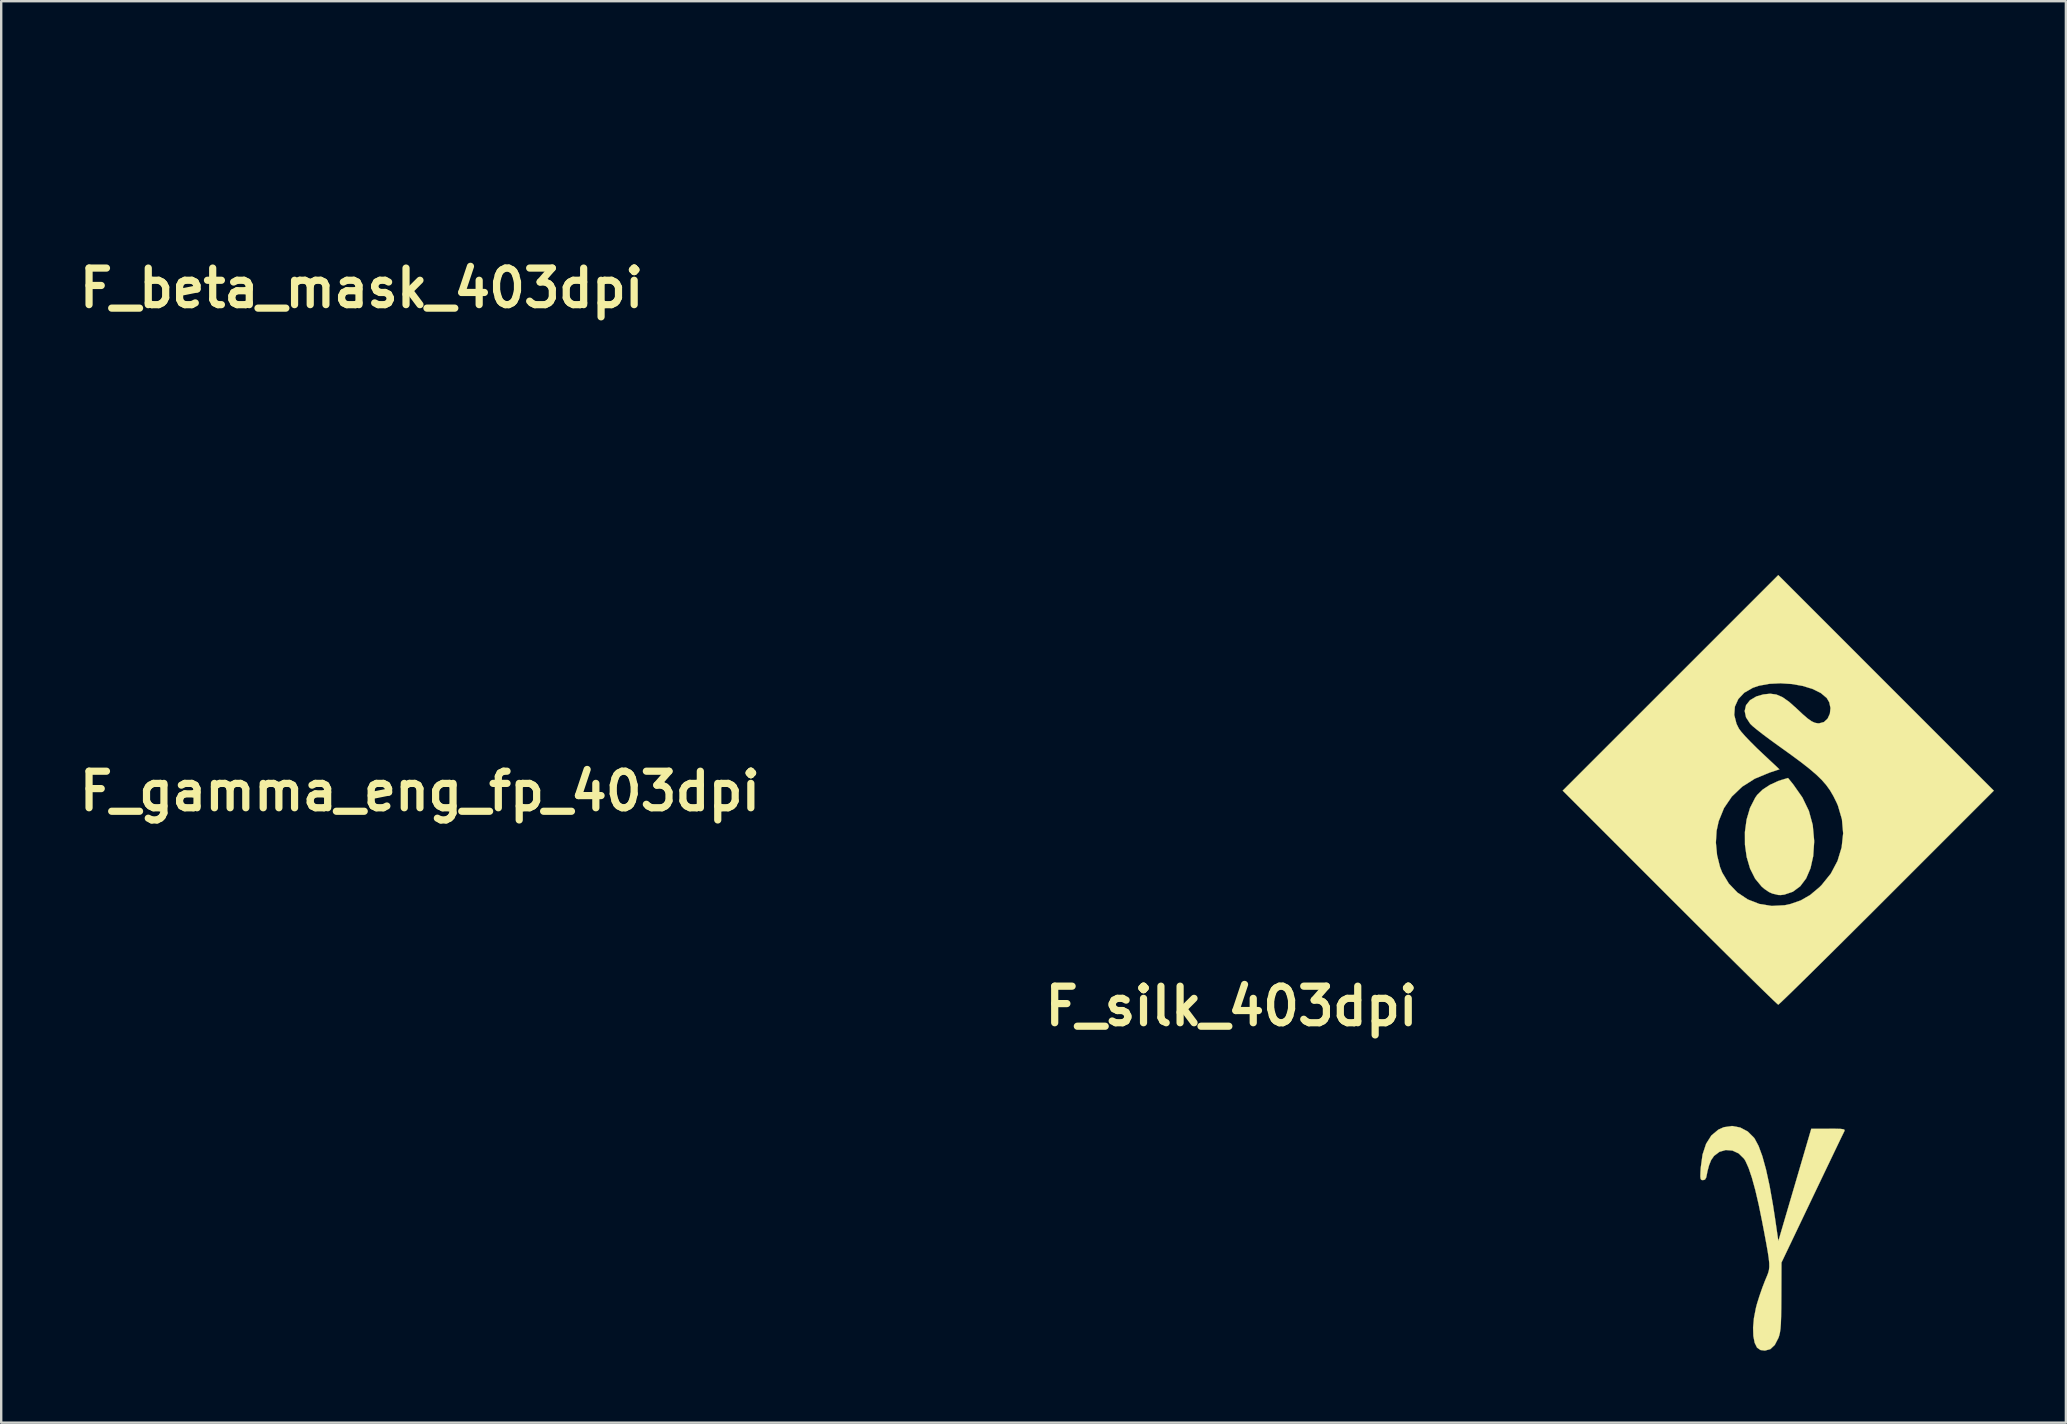
<source format=kicad_pcb>
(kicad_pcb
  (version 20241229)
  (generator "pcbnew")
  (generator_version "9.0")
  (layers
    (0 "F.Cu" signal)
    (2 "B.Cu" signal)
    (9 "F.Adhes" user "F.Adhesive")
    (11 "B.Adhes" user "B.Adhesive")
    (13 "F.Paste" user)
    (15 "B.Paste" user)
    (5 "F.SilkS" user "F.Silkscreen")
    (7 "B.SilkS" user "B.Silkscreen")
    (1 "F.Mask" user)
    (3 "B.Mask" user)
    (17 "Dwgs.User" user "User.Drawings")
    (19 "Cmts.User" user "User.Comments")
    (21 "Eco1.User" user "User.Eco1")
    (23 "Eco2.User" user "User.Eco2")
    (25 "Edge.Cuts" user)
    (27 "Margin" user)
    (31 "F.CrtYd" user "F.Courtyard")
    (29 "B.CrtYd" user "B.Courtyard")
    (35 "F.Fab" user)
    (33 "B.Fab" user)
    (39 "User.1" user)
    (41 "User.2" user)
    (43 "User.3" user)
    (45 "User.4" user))
  (footprint "F_gamma_eng_fp_403dpi"
    (layer "F.Cu")
    (at 14.449 29.92)
    (property "Reference" "F_gamma_eng_fp_403dpi" (at 0 0 0) (layer "F.SilkS") (effects (font (size 1.524 1.524) (thickness 0.3))))
    (attr through_hole)
    (fp_poly (pts (xy 18.282 -4.502) (xy 22.784 0.00011) (xy 13.771 9.013) (xy 4.791 0.032) (xy 6.848 -2.037) (xy 10.526 -2.037) (xy 10.535 -1.863) (xy 10.573 -1.783) (xy 10.644 -1.765) (xy 10.724 -1.793) (xy 10.775 -1.896) (xy 10.808 -2.063) (xy 10.909 -2.457) (xy 11.075 -2.749) (xy 11.304 -2.935) (xy 11.591 -3.013) (xy 11.769 -3.008) (xy 12.004 -2.952) (xy 12.202 -2.831) (xy 12.372 -2.633) (xy 12.525 -2.344) (xy 12.67 -1.951) (xy 12.756 -1.665) (xy 12.833 -1.367) (xy 12.924 -0.972) (xy 13.023 -0.505) (xy 13.125 0.006) (xy 13.226 0.534) (xy 13.318 1.053) (xy 13.379 1.418) (xy 13.46 1.922) (xy 13.215 2.49) (xy 12.992 3.056) (xy 12.841 3.566) (xy 12.755 4.06) (xy 12.724 4.576) (xy 12.726 4.809) (xy 12.779 5.057) (xy 12.909 5.236) (xy 13.088 5.335) (xy 13.291 5.343) (xy 13.489 5.249) (xy 13.574 5.166) (xy 13.671 5.04) (xy 13.747 4.908) (xy 13.803 4.752) (xy 13.844 4.556) (xy 13.871 4.301) (xy 13.887 3.97) (xy 13.895 3.545) (xy 13.898 3.088) (xy 13.902 1.67) (xy 14.964 -0.536) (xy 15.213 -1.053) (xy 15.456 -1.559) (xy 15.685 -2.037) (xy 15.891 -2.468) (xy 16.068 -2.837) (xy 16.206 -3.127) (xy 16.297 -3.321) (xy 16.299 -3.325) (xy 16.572 -3.908) (xy 15.155 -3.908) (xy 14.533 -1.749) (xy 14.386 -1.242) (xy 14.248 -0.766) (xy 14.122 -0.339) (xy 14.014 0.027) (xy 13.928 0.314) (xy 13.867 0.509) (xy 13.84 0.591) (xy 13.813 0.642) (xy 13.788 0.643) (xy 13.761 0.58) (xy 13.728 0.441) (xy 13.687 0.211) (xy 13.634 -0.121) (xy 13.59 -0.407) (xy 13.486 -1.052) (xy 13.374 -1.649) (xy 13.26 -2.184) (xy 13.146 -2.639) (xy 13.036 -3.001) (xy 12.933 -3.252) (xy 12.933 -3.254) (xy 12.772 -3.496) (xy 12.564 -3.714) (xy 12.342 -3.876) (xy 12.179 -3.944) (xy 12.026 -3.979) (xy 11.936 -4.003) (xy 11.796 -4.004) (xy 11.592 -3.961) (xy 11.373 -3.889) (xy 11.187 -3.801) (xy 11.145 -3.774) (xy 10.952 -3.572) (xy 10.783 -3.272) (xy 10.65 -2.903) (xy 10.561 -2.492) (xy 10.526 -2.066) (xy 10.526 -2.037) (xy 6.848 -2.037) (xy 9.285 -4.487) (xy 13.78 -9.005) (xy 18.282 -4.502)) (stroke (width 0.01) (type solid)) (fill yes) (layer "F.Mask")))
  (footprint "F_beta_mask_403dpi"
    (layer "F.Cu")
    (at 12.018 8.955)
    (property "Reference" "F_beta_mask_403dpi" (at 0 0 0) (layer "F.SilkS") (effects (font (size 1.524 1.524) (thickness 0.3))))
    (attr through_hole)
    (fp_poly (pts (xy 32.227 -4.819) (xy 32.536 -4.69) (xy 32.785 -4.451) (xy 32.827 -4.391) (xy 32.9 -4.273) (xy 32.948 -4.161) (xy 32.976 -4.025) (xy 32.99 -3.837) (xy 32.995 -3.565) (xy 32.995 -3.408) (xy 32.992 -3.074) (xy 32.978 -2.832) (xy 32.951 -2.648) (xy 32.904 -2.489) (xy 32.843 -2.343) (xy 32.749 -2.152) (xy 32.675 -2.058) (xy 32.599 -2.036) (xy 32.56 -2.043) (xy 32.421 -2.072) (xy 32.216 -2.104) (xy 32.098 -2.12) (xy 31.837 -2.121) (xy 31.632 -2.064) (xy 31.496 -1.965) (xy 31.446 -1.84) (xy 31.494 -1.704) (xy 31.611 -1.6) (xy 31.732 -1.542) (xy 31.89 -1.519) (xy 32.122 -1.525) (xy 32.208 -1.531) (xy 32.645 -1.568) (xy 32.834 -1.339) (xy 33.056 -0.993) (xy 33.235 -0.563) (xy 33.362 -0.086) (xy 33.429 0.401) (xy 33.426 0.859) (xy 33.404 1.02) (xy 33.344 1.283) (xy 33.264 1.542) (xy 33.207 1.683) (xy 32.981 2.024) (xy 32.683 2.269) (xy 32.33 2.412) (xy 31.943 2.445) (xy 31.545 2.363) (xy 31.353 2.263) (xy 31.146 2.108) (xy 31.054 2.019) (xy 30.814 1.763) (xy 30.833 -1.119) (xy 30.838 -1.801) (xy 30.843 -2.369) (xy 30.848 -2.834) (xy 30.855 -3.207) (xy 30.863 -3.502) (xy 30.874 -3.728) (xy 30.887 -3.899) (xy 30.903 -4.025) (xy 30.923 -4.118) (xy 30.948 -4.191) (xy 30.971 -4.242) (xy 31.184 -4.542) (xy 31.474 -4.742) (xy 31.829 -4.837) (xy 31.856 -4.84) (xy 32.227 -4.819)) (stroke (width 0.01) (type solid)) (fill yes) (layer "F.Mask"))
    (fp_poly (pts (xy 40.747 0) (xy 36.272 4.475) (xy 35.648 5.098) (xy 35.05 5.696) (xy 34.482 6.262) (xy 33.952 6.791) (xy 33.465 7.275) (xy 33.027 7.71) (xy 32.645 8.09) (xy 32.323 8.407) (xy 32.069 8.658) (xy 31.888 8.835) (xy 31.786 8.932) (xy 31.766 8.95) (xy 31.718 8.906) (xy 31.587 8.779) (xy 31.378 8.575) (xy 31.099 8.3) (xy 30.755 7.959) (xy 30.352 7.559) (xy 29.896 7.106) (xy 29.393 6.605) (xy 28.849 6.063) (xy 28.27 5.485) (xy 27.882 5.097) (xy 29.643 5.097) (xy 29.669 5.139) (xy 29.755 5.16) (xy 29.925 5.167) (xy 30.119 5.168) (xy 30.618 5.168) (xy 30.691 4.774) (xy 30.719 4.57) (xy 30.748 4.273) (xy 30.774 3.918) (xy 30.795 3.539) (xy 30.801 3.386) (xy 30.839 2.392) (xy 30.972 2.49) (xy 31.363 2.705) (xy 31.813 2.825) (xy 32.296 2.848) (xy 32.784 2.771) (xy 33.002 2.702) (xy 33.382 2.503) (xy 33.741 2.208) (xy 34.048 1.849) (xy 34.219 1.565) (xy 34.428 1.028) (xy 34.522 0.491) (xy 34.506 -0.03) (xy 34.382 -0.521) (xy 34.154 -0.97) (xy 33.825 -1.361) (xy 33.477 -1.632) (xy 33.175 -1.826) (xy 33.501 -2.162) (xy 33.776 -2.504) (xy 33.946 -2.867) (xy 34.025 -3.283) (xy 34.033 -3.525) (xy 33.976 -3.99) (xy 33.812 -4.395) (xy 33.55 -4.733) (xy 33.197 -4.998) (xy 32.763 -5.183) (xy 32.255 -5.28) (xy 31.955 -5.294) (xy 31.434 -5.247) (xy 30.98 -5.102) (xy 30.574 -4.852) (xy 30.566 -4.845) (xy 30.276 -4.556) (xy 30.067 -4.201) (xy 29.928 -3.764) (xy 29.876 -3.459) (xy 29.865 -3.309) (xy 29.854 -3.046) (xy 29.844 -2.683) (xy 29.835 -2.235) (xy 29.827 -1.713) (xy 29.821 -1.133) (xy 29.817 -0.506) (xy 29.814 0.153) (xy 29.813 0.536) (xy 29.812 1.361) (xy 29.809 2.07) (xy 29.804 2.676) (xy 29.796 3.188) (xy 29.786 3.618) (xy 29.772 3.976) (xy 29.754 4.274) (xy 29.733 4.523) (xy 29.707 4.733) (xy 29.676 4.915) (xy 29.653 5.026) (xy 29.643 5.097) (xy 27.882 5.097) (xy 27.662 4.878) (xy 27.275 4.491) (xy 22.816 0.031) (xy 27.307 -4.459) (xy 31.798 -8.95) (xy 40.747 0)) (stroke (width 0.01) (type solid)) (fill yes) (layer "F.Mask")))
  (footprint "F_silk_403dpi"
    (layer "F.Cu")
    (at 48.265 38.878)
    (property "Reference" "F_silk_403dpi" (at 0 0 0) (layer "F.SilkS") (effects (font (size 1.524 1.524) (thickness 0.3))))
    (attr through_hole)
    (fp_poly (pts (xy 23.405 -9.246) (xy 23.792 -8.695) (xy 24.061 -8.137) (xy 24.221 -7.55) (xy 24.279 -6.913) (xy 24.28 -6.838) (xy 24.241 -6.254) (xy 24.128 -5.747) (xy 23.947 -5.326) (xy 23.699 -4.997) (xy 23.391 -4.769) (xy 23.036 -4.649) (xy 22.881 -4.631) (xy 22.784 -4.635) (xy 22.68 -4.661) (xy 22.544 -4.692) (xy 22.4 -4.756) (xy 22.217 -4.88) (xy 22.096 -4.981) (xy 21.82 -5.316) (xy 21.61 -5.735) (xy 21.469 -6.215) (xy 21.397 -6.73) (xy 21.395 -7.259) (xy 21.465 -7.778) (xy 21.608 -8.262) (xy 21.825 -8.688) (xy 21.906 -8.803) (xy 22.127 -9.02) (xy 22.432 -9.222) (xy 22.782 -9.383) (xy 22.91 -9.426) (xy 23.191 -9.51) (xy 23.405 -9.246)) (stroke (width 0.01) (type solid)) (fill yes) (layer "F.SilkS"))
    (fp_poly (pts (xy 21.199 5.055) (xy 21.513 5.221) (xy 21.773 5.48) (xy 21.801 5.518) (xy 21.964 5.823) (xy 22.122 6.252) (xy 22.275 6.807) (xy 22.423 7.485) (xy 22.565 8.286) (xy 22.647 8.818) (xy 22.788 9.788) (xy 23.475 7.447) (xy 24.161 5.105) (xy 24.877 5.105) (xy 25.185 5.107) (xy 25.387 5.113) (xy 25.501 5.128) (xy 25.547 5.154) (xy 25.545 5.194) (xy 25.535 5.216) (xy 25.497 5.293) (xy 25.409 5.473) (xy 25.279 5.744) (xy 25.112 6.092) (xy 24.913 6.508) (xy 24.687 6.979) (xy 24.441 7.494) (xy 24.197 8.004) (xy 22.918 10.683) (xy 22.913 12.101) (xy 22.91 12.579) (xy 22.903 12.949) (xy 22.893 13.231) (xy 22.877 13.442) (xy 22.854 13.603) (xy 22.823 13.731) (xy 22.793 13.819) (xy 22.641 14.114) (xy 22.455 14.29) (xy 22.229 14.351) (xy 22.043 14.327) (xy 21.901 14.228) (xy 21.802 14.027) (xy 21.747 13.744) (xy 21.736 13.394) (xy 21.771 12.997) (xy 21.854 12.571) (xy 21.902 12.389) (xy 22.003 12.068) (xy 22.122 11.726) (xy 22.237 11.428) (xy 22.256 11.383) (xy 22.317 11.239) (xy 22.364 11.116) (xy 22.396 10.997) (xy 22.411 10.866) (xy 22.409 10.706) (xy 22.388 10.502) (xy 22.348 10.238) (xy 22.288 9.897) (xy 22.207 9.462) (xy 22.115 8.981) (xy 21.971 8.274) (xy 21.828 7.66) (xy 21.686 7.146) (xy 21.549 6.741) (xy 21.418 6.45) (xy 21.36 6.357) (xy 21.138 6.137) (xy 20.876 6.016) (xy 20.599 5.993) (xy 20.334 6.068) (xy 20.108 6.239) (xy 19.986 6.416) (xy 19.9 6.633) (xy 19.833 6.884) (xy 19.821 6.95) (xy 19.783 7.136) (xy 19.731 7.225) (xy 19.648 7.248) (xy 19.586 7.24) (xy 19.551 7.199) (xy 19.538 7.1) (xy 19.543 6.919) (xy 19.555 6.728) (xy 19.63 6.18) (xy 19.778 5.733) (xy 19.997 5.387) (xy 20.288 5.144) (xy 20.516 5.042) (xy 20.857 4.992) (xy 21.199 5.055)) (stroke (width 0.01) (type solid)) (fill yes) (layer "F.SilkS"))
    (fp_poly (pts (xy 27.275 -13.472) (xy 31.766 -8.981) (xy 27.306 -4.522) (xy 26.683 -3.899) (xy 26.084 -3.303) (xy 25.517 -2.738) (xy 24.985 -2.21) (xy 24.497 -1.727) (xy 24.058 -1.293) (xy 23.673 -0.915) (xy 23.35 -0.599) (xy 23.093 -0.35) (xy 22.91 -0.175) (xy 22.806 -0.08) (xy 22.784 -0.063) (xy 22.732 -0.107) (xy 22.596 -0.234) (xy 22.384 -0.438) (xy 22.101 -0.713) (xy 21.753 -1.054) (xy 21.347 -1.455) (xy 20.888 -1.909) (xy 20.382 -2.41) (xy 19.836 -2.952) (xy 19.256 -3.53) (xy 18.647 -4.138) (xy 18.262 -4.522) (xy 15.969 -6.816) (xy 20.185 -6.816) (xy 20.235 -6.293) (xy 20.358 -5.798) (xy 20.448 -5.57) (xy 20.724 -5.111) (xy 21.084 -4.735) (xy 21.514 -4.449) (xy 21.996 -4.261) (xy 22.514 -4.178) (xy 23.053 -4.207) (xy 23.291 -4.258) (xy 23.723 -4.408) (xy 24.112 -4.633) (xy 24.493 -4.952) (xy 24.591 -5.049) (xy 24.974 -5.524) (xy 25.254 -6.053) (xy 25.426 -6.618) (xy 25.489 -7.203) (xy 25.438 -7.789) (xy 25.271 -8.359) (xy 25.211 -8.495) (xy 25.081 -8.757) (xy 24.944 -8.992) (xy 24.786 -9.212) (xy 24.597 -9.429) (xy 24.362 -9.656) (xy 24.071 -9.904) (xy 23.71 -10.186) (xy 23.267 -10.512) (xy 22.765 -10.872) (xy 22.446 -11.103) (xy 22.15 -11.324) (xy 21.899 -11.52) (xy 21.713 -11.674) (xy 21.618 -11.765) (xy 21.441 -12.037) (xy 21.385 -12.301) (xy 21.442 -12.543) (xy 21.607 -12.75) (xy 21.873 -12.908) (xy 22.162 -12.991) (xy 22.448 -13.021) (xy 22.705 -12.987) (xy 22.958 -12.879) (xy 23.232 -12.687) (xy 23.538 -12.415) (xy 23.81 -12.16) (xy 24.017 -11.983) (xy 24.176 -11.871) (xy 24.31 -11.81) (xy 24.438 -11.787) (xy 24.485 -11.786) (xy 24.688 -11.841) (xy 24.842 -11.985) (xy 24.936 -12.19) (xy 24.961 -12.426) (xy 24.91 -12.665) (xy 24.804 -12.843) (xy 24.558 -13.05) (xy 24.217 -13.218) (xy 23.807 -13.345) (xy 23.353 -13.425) (xy 22.881 -13.456) (xy 22.417 -13.434) (xy 21.987 -13.356) (xy 21.725 -13.268) (xy 21.368 -13.063) (xy 21.118 -12.797) (xy 20.977 -12.484) (xy 20.951 -12.136) (xy 21.045 -11.767) (xy 21.145 -11.566) (xy 21.241 -11.437) (xy 21.411 -11.244) (xy 21.636 -11.009) (xy 21.895 -10.751) (xy 22.063 -10.592) (xy 22.833 -9.87) (xy 22.431 -9.738) (xy 21.807 -9.48) (xy 21.279 -9.145) (xy 20.851 -8.736) (xy 20.524 -8.256) (xy 20.302 -7.709) (xy 20.215 -7.311) (xy 20.185 -6.816) (xy 15.969 -6.816) (xy 13.803 -8.982) (xy 18.294 -13.472) (xy 22.785 -17.963) (xy 27.275 -13.472)) (stroke (width 0.01) (type solid)) (fill yes) (layer "F.SilkS")))
  (gr_rect
    (start -3 -3)
    (end 83.035 56.233)
    (stroke (width 0.1) (type default))
    (fill no)
    (layer "Edge.Cuts")))
</source>
